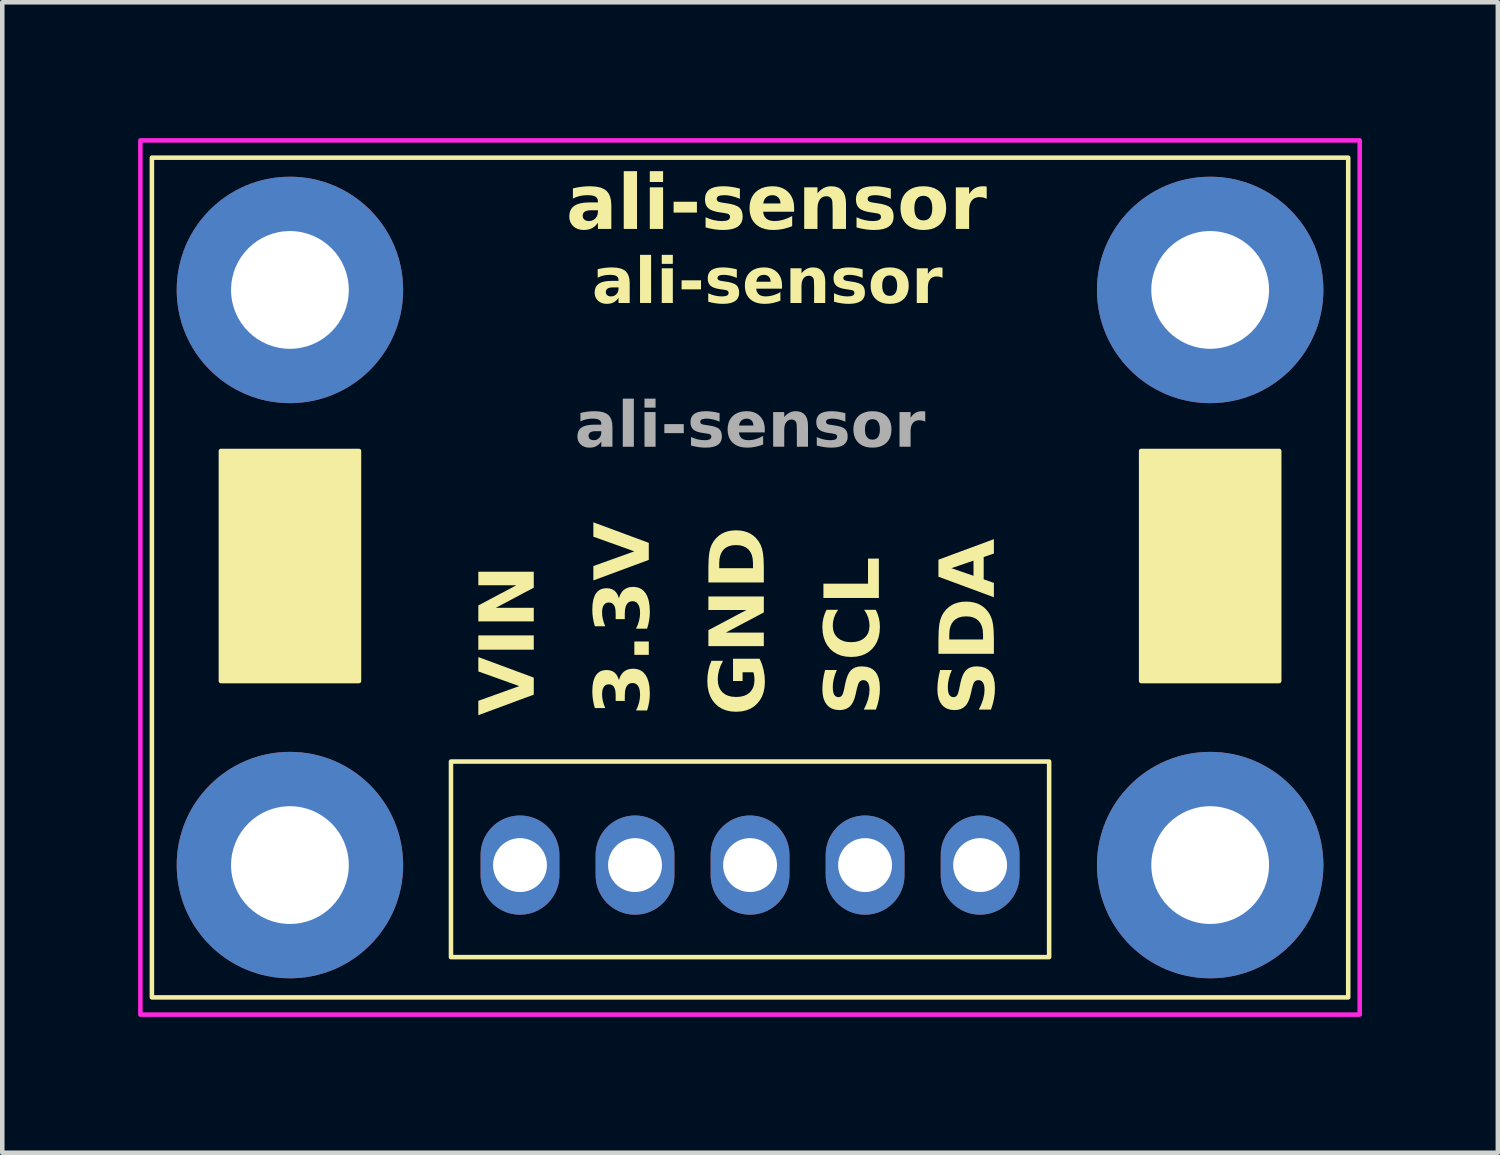
<source format=kicad_pcb>
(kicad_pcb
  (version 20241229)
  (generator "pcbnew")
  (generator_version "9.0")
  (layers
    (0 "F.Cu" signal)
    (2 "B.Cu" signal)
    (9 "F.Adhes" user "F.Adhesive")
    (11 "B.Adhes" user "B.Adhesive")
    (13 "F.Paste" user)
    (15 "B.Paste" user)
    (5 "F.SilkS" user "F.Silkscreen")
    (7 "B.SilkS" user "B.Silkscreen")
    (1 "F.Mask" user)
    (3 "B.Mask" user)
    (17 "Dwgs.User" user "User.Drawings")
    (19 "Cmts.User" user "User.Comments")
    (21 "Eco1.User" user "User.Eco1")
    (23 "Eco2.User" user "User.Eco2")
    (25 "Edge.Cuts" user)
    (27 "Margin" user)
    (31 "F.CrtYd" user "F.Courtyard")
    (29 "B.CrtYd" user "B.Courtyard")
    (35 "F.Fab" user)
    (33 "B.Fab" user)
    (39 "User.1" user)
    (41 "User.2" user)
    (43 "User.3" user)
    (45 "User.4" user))
  (footprint "ali-sensor"
    (layer "F.Cu")
    (at 13.512 9.448)
    (property "Reference" "ali-sensor" (at 0.381 -6.223 0) (unlocked yes) (layer "F.SilkS") (effects (font (face "Arial Black") (size 1 1) (thickness 0.1))))
    (attr smd)
    (fp_rect (start -13.208 -9.017) (end 13.208 9.525) (stroke (width 0.1) (type default)) (fill no) (layer "F.SilkS"))
    (fp_rect (start -11.684 -2.54) (end -8.636 2.54) (stroke (width 0.1) (type solid)) (fill yes) (layer "F.SilkS"))
    (fp_rect (start -6.604 4.318) (end 6.604 8.636) (stroke (width 0.1) (type default)) (fill no) (layer "F.SilkS"))
    (fp_rect (start 8.636 -2.54) (end 11.684 2.54) (stroke (width 0.1) (type solid)) (fill yes) (layer "F.SilkS"))
    (fp_rect (start -13.462 -9.398) (end 13.462 9.906) (stroke (width 0.1) (type solid)) (fill no) (layer "F.CrtYd"))
    (fp_text user "GND" (at 0.508 3.302 90) (unlocked yes) (layer "F.SilkS") (effects (font (face "Arial Black") (size 1.2 1.2) (thickness 0.1)) (justify left bottom)))
    (fp_text user "ali-sensor" (at -4.064 -7.239 0) (unlocked yes) (layer "F.SilkS") (effects (font (face "Arial Black") (size 1.2 1.2) (thickness 0.1)) (justify left bottom)))
    (fp_text user "SDA" (at 5.588 3.302 90) (unlocked yes) (layer "F.SilkS") (effects (font (face "Arial Black") (size 1.2 1.2) (thickness 0.1)) (justify left bottom)))
    (fp_text user "3.3V" (at -2.032 3.302 90) (unlocked yes) (layer "F.SilkS") (effects (font (face "Arial Black") (size 1.2 1.2) (thickness 0.1)) (justify left bottom)))
    (fp_text user "SCL" (at 3.048 3.302 90) (unlocked yes) (layer "F.SilkS") (effects (font (face "Arial Black") (size 1.2 1.2) (thickness 0.1)) (justify left bottom)))
    (fp_text user "VIN" (at -4.572 3.302 90) (unlocked yes) (layer "F.SilkS") (effects (font (face "Arial Black") (size 1.2 1.2) (thickness 0.1)) (justify left bottom)))
    (fp_text user "${REFERENCE}" (at 0 -3.048 0) (unlocked yes) (layer "F.Fab") (effects (font (face "Arial Black") (size 1 1) (thickness 0.15))))
    (pad "" thru_hole circle (at -10.16 -6.096) (size 5 5) (drill 2.6) (layers "*.Cu" "*.Mask"))
    (pad "" thru_hole circle (at -10.16 6.604 90) (size 5 5) (drill 2.6) (layers "*.Cu" "*.Mask"))
    (pad "" thru_hole circle (at 10.16 -6.096) (size 5 5) (drill 2.6) (layers "*.Cu" "*.Mask"))
    (pad "" thru_hole circle (at 10.16 6.604) (size 5 5) (drill 2.6) (layers "*.Cu" "*.Mask"))
    (pad "1" thru_hole oval (at -5.08 6.604 180) (size 1.74 2.19) (drill 1.19) (layers "*.Cu" "*.Mask"))
    (pad "2" thru_hole oval (at -2.54 6.604 180) (size 1.74 2.19) (drill 1.19) (layers "*.Cu" "*.Mask"))
    (pad "3" thru_hole oval (at 0 6.604 180) (size 1.74 2.19) (drill 1.19) (layers "*.Cu" "*.Mask"))
    (pad "4" thru_hole oval (at 2.54 6.604 180) (size 1.74 2.19) (drill 1.19) (layers "*.Cu" "*.Mask"))
    (pad "5" thru_hole oval (at 5.08 6.604 180) (size 1.74 2.19) (drill 1.19) (layers "*.Cu" "*.Mask")))
  (gr_rect
    (start -3 -3)
    (end 30.024 22.404)
    (stroke (width 0.1) (type default))
    (fill no)
    (layer "Edge.Cuts")))
</source>
